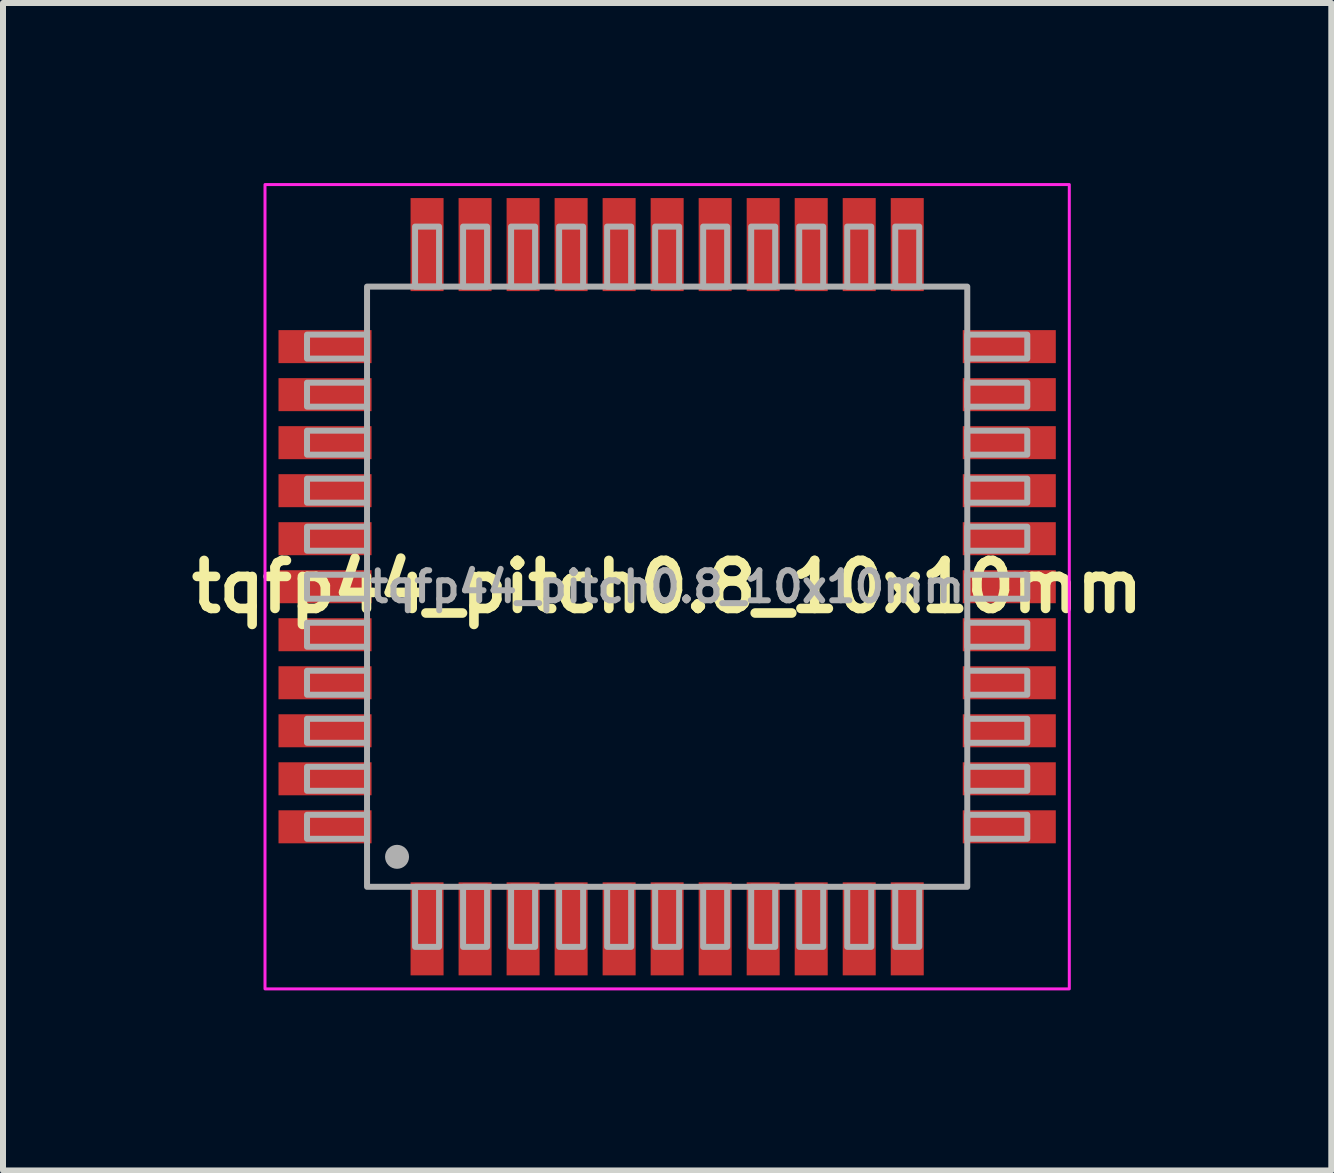
<source format=kicad_pcb>
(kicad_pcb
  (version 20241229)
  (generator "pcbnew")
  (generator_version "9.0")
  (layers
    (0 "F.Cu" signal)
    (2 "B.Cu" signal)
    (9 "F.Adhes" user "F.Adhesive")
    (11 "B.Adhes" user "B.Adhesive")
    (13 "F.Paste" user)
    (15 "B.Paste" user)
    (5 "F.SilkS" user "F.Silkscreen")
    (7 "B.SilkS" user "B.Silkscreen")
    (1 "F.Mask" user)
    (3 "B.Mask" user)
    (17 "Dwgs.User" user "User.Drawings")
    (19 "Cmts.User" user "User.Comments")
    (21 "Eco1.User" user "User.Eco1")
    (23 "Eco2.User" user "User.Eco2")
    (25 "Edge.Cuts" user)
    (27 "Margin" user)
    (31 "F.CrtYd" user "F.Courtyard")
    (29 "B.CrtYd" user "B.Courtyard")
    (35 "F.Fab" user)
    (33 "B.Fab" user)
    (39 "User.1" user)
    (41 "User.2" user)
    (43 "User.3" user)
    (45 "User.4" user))
  (footprint "tqfp44_pitch0.8_10x10mm"
    (layer "F.Cu")
    (at 8.065 6.725)
    (property "Reference" "tqfp44_pitch0.8_10x10mm" (at 0 0 0) (unlocked yes) (layer "F.SilkS") (effects (font (size 0.8 0.8) (thickness 0.16))))
    (attr smd)
    (fp_rect (start -6.7 6.7) (end 6.7 -6.7) (stroke (width 0.05) (type solid)) (fill no) (layer "F.CrtYd"))
    (fp_rect (start -6 -3.8) (end -5 -4.2) (stroke (width 0.1) (type solid)) (fill no) (layer "F.Fab"))
    (fp_rect (start -6 -3) (end -5 -3.4) (stroke (width 0.1) (type solid)) (fill no) (layer "F.Fab"))
    (fp_rect (start -6 -2.2) (end -5 -2.6) (stroke (width 0.1) (type solid)) (fill no) (layer "F.Fab"))
    (fp_rect (start -6 -1.4) (end -5 -1.8) (stroke (width 0.1) (type solid)) (fill no) (layer "F.Fab"))
    (fp_rect (start -6 -0.6) (end -5 -1) (stroke (width 0.1) (type solid)) (fill no) (layer "F.Fab"))
    (fp_rect (start -6 0.2) (end -5 -0.2) (stroke (width 0.1) (type solid)) (fill no) (layer "F.Fab"))
    (fp_rect (start -6 1) (end -5 0.6) (stroke (width 0.1) (type solid)) (fill no) (layer "F.Fab"))
    (fp_rect (start -6 1.8) (end -5 1.4) (stroke (width 0.1) (type solid)) (fill no) (layer "F.Fab"))
    (fp_rect (start -6 2.6) (end -5 2.2) (stroke (width 0.1) (type solid)) (fill no) (layer "F.Fab"))
    (fp_rect (start -6 3.4) (end -5 3) (stroke (width 0.1) (type solid)) (fill no) (layer "F.Fab"))
    (fp_rect (start -6 4.2) (end -5 3.8) (stroke (width 0.1) (type solid)) (fill no) (layer "F.Fab"))
    (fp_rect (start -5 -5) (end 5 5) (stroke (width 0.1) (type solid)) (fill no) (layer "F.Fab"))
    (fp_rect (start -4.2 -6) (end -3.8 -5) (stroke (width 0.1) (type solid)) (fill no) (layer "F.Fab"))
    (fp_rect (start -4.2 5) (end -3.8 6) (stroke (width 0.1) (type solid)) (fill no) (layer "F.Fab"))
    (fp_rect (start -3.4 -6) (end -3 -5) (stroke (width 0.1) (type solid)) (fill no) (layer "F.Fab"))
    (fp_rect (start -3.4 5) (end -3 6) (stroke (width 0.1) (type solid)) (fill no) (layer "F.Fab"))
    (fp_rect (start -2.6 -6) (end -2.2 -5) (stroke (width 0.1) (type solid)) (fill no) (layer "F.Fab"))
    (fp_rect (start -2.6 5) (end -2.2 6) (stroke (width 0.1) (type solid)) (fill no) (layer "F.Fab"))
    (fp_rect (start -1.8 -6) (end -1.4 -5) (stroke (width 0.1) (type solid)) (fill no) (layer "F.Fab"))
    (fp_rect (start -1.8 5) (end -1.4 6) (stroke (width 0.1) (type solid)) (fill no) (layer "F.Fab"))
    (fp_rect (start -1 -6) (end -0.6 -5) (stroke (width 0.1) (type solid)) (fill no) (layer "F.Fab"))
    (fp_rect (start -1 5) (end -0.6 6) (stroke (width 0.1) (type solid)) (fill no) (layer "F.Fab"))
    (fp_rect (start -0.2 -6) (end 0.2 -5) (stroke (width 0.1) (type solid)) (fill no) (layer "F.Fab"))
    (fp_rect (start -0.2 5) (end 0.2 6) (stroke (width 0.1) (type solid)) (fill no) (layer "F.Fab"))
    (fp_rect (start 0.6 -6) (end 1 -5) (stroke (width 0.1) (type solid)) (fill no) (layer "F.Fab"))
    (fp_rect (start 0.6 5) (end 1 6) (stroke (width 0.1) (type solid)) (fill no) (layer "F.Fab"))
    (fp_rect (start 1.4 -6) (end 1.8 -5) (stroke (width 0.1) (type solid)) (fill no) (layer "F.Fab"))
    (fp_rect (start 1.4 5) (end 1.8 6) (stroke (width 0.1) (type solid)) (fill no) (layer "F.Fab"))
    (fp_rect (start 2.2 -6) (end 2.6 -5) (stroke (width 0.1) (type solid)) (fill no) (layer "F.Fab"))
    (fp_rect (start 2.2 5) (end 2.6 6) (stroke (width 0.1) (type solid)) (fill no) (layer "F.Fab"))
    (fp_rect (start 3 -6) (end 3.4 -5) (stroke (width 0.1) (type solid)) (fill no) (layer "F.Fab"))
    (fp_rect (start 3 5) (end 3.4 6) (stroke (width 0.1) (type solid)) (fill no) (layer "F.Fab"))
    (fp_rect (start 3.8 -6) (end 4.2 -5) (stroke (width 0.1) (type solid)) (fill no) (layer "F.Fab"))
    (fp_rect (start 3.8 5) (end 4.2 6) (stroke (width 0.1) (type solid)) (fill no) (layer "F.Fab"))
    (fp_rect (start 5 -3.8) (end 6 -4.2) (stroke (width 0.1) (type solid)) (fill no) (layer "F.Fab"))
    (fp_rect (start 5 -3) (end 6 -3.4) (stroke (width 0.1) (type solid)) (fill no) (layer "F.Fab"))
    (fp_rect (start 5 -2.2) (end 6 -2.6) (stroke (width 0.1) (type solid)) (fill no) (layer "F.Fab"))
    (fp_rect (start 5 -1.4) (end 6 -1.8) (stroke (width 0.1) (type solid)) (fill no) (layer "F.Fab"))
    (fp_rect (start 5 -0.6) (end 6 -1) (stroke (width 0.1) (type solid)) (fill no) (layer "F.Fab"))
    (fp_rect (start 5 0.2) (end 6 -0.2) (stroke (width 0.1) (type solid)) (fill no) (layer "F.Fab"))
    (fp_rect (start 5 1) (end 6 0.6) (stroke (width 0.1) (type solid)) (fill no) (layer "F.Fab"))
    (fp_rect (start 5 1.8) (end 6 1.4) (stroke (width 0.1) (type solid)) (fill no) (layer "F.Fab"))
    (fp_rect (start 5 2.6) (end 6 2.2) (stroke (width 0.1) (type solid)) (fill no) (layer "F.Fab"))
    (fp_rect (start 5 3.4) (end 6 3) (stroke (width 0.1) (type solid)) (fill no) (layer "F.Fab"))
    (fp_rect (start 5 4.2) (end 6 3.8) (stroke (width 0.1) (type solid)) (fill no) (layer "F.Fab"))
    (fp_circle (center -4.5 4.5) (end -4.5 4.4) (stroke (width 0.2) (type solid)) (fill no) (layer "F.Fab"))
    (fp_text user "${REFERENCE}" (at 0 0 0) (unlocked yes) (layer "F.Fab") (effects (font (size 0.5 0.5) (thickness 0.1) (bold yes))))
    (pad "1" smd rect (at -4 5.7 180) (size 0.55 1.55) (layers "F.Cu" "F.Mask" "F.Paste"))
    (pad "2" smd rect (at -3.2 5.7 180) (size 0.55 1.55) (layers "F.Cu" "F.Mask" "F.Paste"))
    (pad "3" smd rect (at -2.4 5.7 180) (size 0.55 1.55) (layers "F.Cu" "F.Mask" "F.Paste"))
    (pad "4" smd rect (at -1.6 5.7 180) (size 0.55 1.55) (layers "F.Cu" "F.Mask" "F.Paste"))
    (pad "5" smd rect (at -0.8 5.7 180) (size 0.55 1.55) (layers "F.Cu" "F.Mask" "F.Paste"))
    (pad "6" smd rect (at 0 5.7 180) (size 0.55 1.55) (layers "F.Cu" "F.Mask" "F.Paste"))
    (pad "7" smd rect (at 0.8 5.7 180) (size 0.55 1.55) (layers "F.Cu" "F.Mask" "F.Paste"))
    (pad "8" smd rect (at 1.6 5.7 180) (size 0.55 1.55) (layers "F.Cu" "F.Mask" "F.Paste"))
    (pad "9" smd rect (at 2.4 5.7 180) (size 0.55 1.55) (layers "F.Cu" "F.Mask" "F.Paste"))
    (pad "10" smd rect (at 3.2 5.7 180) (size 0.55 1.55) (layers "F.Cu" "F.Mask" "F.Paste"))
    (pad "11" smd rect (at 4 5.7 180) (size 0.55 1.55) (layers "F.Cu" "F.Mask" "F.Paste"))
    (pad "12" smd rect (at 5.7 4 270) (size 0.55 1.55) (layers "F.Cu" "F.Mask" "F.Paste"))
    (pad "13" smd rect (at 5.7 3.2 270) (size 0.55 1.55) (layers "F.Cu" "F.Mask" "F.Paste"))
    (pad "14" smd rect (at 5.7 2.4 270) (size 0.55 1.55) (layers "F.Cu" "F.Mask" "F.Paste"))
    (pad "15" smd rect (at 5.7 1.6 270) (size 0.55 1.55) (layers "F.Cu" "F.Mask" "F.Paste"))
    (pad "16" smd rect (at 5.7 0.8 270) (size 0.55 1.55) (layers "F.Cu" "F.Mask" "F.Paste"))
    (pad "17" smd rect (at 5.7 0 90) (size 0.55 1.55) (layers "F.Cu" "F.Mask" "F.Paste"))
    (pad "18" smd rect (at 5.7 -0.8 90) (size 0.55 1.55) (layers "F.Cu" "F.Mask" "F.Paste"))
    (pad "19" smd rect (at 5.7 -1.6 90) (size 0.55 1.55) (layers "F.Cu" "F.Mask" "F.Paste"))
    (pad "20" smd rect (at 5.7 -2.4 90) (size 0.55 1.55) (layers "F.Cu" "F.Mask" "F.Paste"))
    (pad "21" smd rect (at 5.7 -3.2 90) (size 0.55 1.55) (layers "F.Cu" "F.Mask" "F.Paste"))
    (pad "22" smd rect (at 5.7 -4 90) (size 0.55 1.55) (layers "F.Cu" "F.Mask" "F.Paste"))
    (pad "23" smd rect (at 4 -5.7 180) (size 0.55 1.55) (layers "F.Cu" "F.Mask" "F.Paste"))
    (pad "24" smd rect (at 3.2 -5.7 180) (size 0.55 1.55) (layers "F.Cu" "F.Mask" "F.Paste"))
    (pad "25" smd rect (at 2.4 -5.7 180) (size 0.55 1.55) (layers "F.Cu" "F.Mask" "F.Paste"))
    (pad "26" smd rect (at 1.6 -5.7 180) (size 0.55 1.55) (layers "F.Cu" "F.Mask" "F.Paste"))
    (pad "27" smd rect (at 0.8 -5.7 180) (size 0.55 1.55) (layers "F.Cu" "F.Mask" "F.Paste"))
    (pad "28" smd rect (at 0 -5.7 180) (size 0.55 1.55) (layers "F.Cu" "F.Mask" "F.Paste"))
    (pad "29" smd rect (at -0.8 -5.7 180) (size 0.55 1.55) (layers "F.Cu" "F.Mask" "F.Paste"))
    (pad "30" smd rect (at -1.6 -5.7 180) (size 0.55 1.55) (layers "F.Cu" "F.Mask" "F.Paste"))
    (pad "31" smd rect (at -2.4 -5.7 180) (size 0.55 1.55) (layers "F.Cu" "F.Mask" "F.Paste"))
    (pad "32" smd rect (at -3.2 -5.7 180) (size 0.55 1.55) (layers "F.Cu" "F.Mask" "F.Paste"))
    (pad "33" smd rect (at -4 -5.7 180) (size 0.55 1.55) (layers "F.Cu" "F.Mask" "F.Paste"))
    (pad "34" smd rect (at -5.7 -4 90) (size 0.55 1.55) (layers "F.Cu" "F.Mask" "F.Paste"))
    (pad "35" smd rect (at -5.7 -3.2 90) (size 0.55 1.55) (layers "F.Cu" "F.Mask" "F.Paste"))
    (pad "36" smd rect (at -5.7 -2.4 90) (size 0.55 1.55) (layers "F.Cu" "F.Mask" "F.Paste"))
    (pad "37" smd rect (at -5.7 -1.6 90) (size 0.55 1.55) (layers "F.Cu" "F.Mask" "F.Paste"))
    (pad "38" smd rect (at -5.7 -0.8 90) (size 0.55 1.55) (layers "F.Cu" "F.Mask" "F.Paste"))
    (pad "39" smd rect (at -5.7 0 90) (size 0.55 1.55) (layers "F.Cu" "F.Mask" "F.Paste"))
    (pad "40" smd rect (at -5.7 0.8 270) (size 0.55 1.55) (layers "F.Cu" "F.Mask" "F.Paste"))
    (pad "41" smd rect (at -5.7 1.6 270) (size 0.55 1.55) (layers "F.Cu" "F.Mask" "F.Paste"))
    (pad "42" smd rect (at -5.7 2.4 270) (size 0.55 1.55) (layers "F.Cu" "F.Mask" "F.Paste"))
    (pad "43" smd rect (at -5.7 3.2 270) (size 0.55 1.55) (layers "F.Cu" "F.Mask" "F.Paste"))
    (pad "44" smd rect (at -5.7 4 270) (size 0.55 1.55) (layers "F.Cu" "F.Mask" "F.Paste")))
  (gr_rect
    (start -3 -3)
    (end 19.13 16.45)
    (stroke (width 0.1) (type default))
    (fill no)
    (layer "Edge.Cuts")))
</source>
